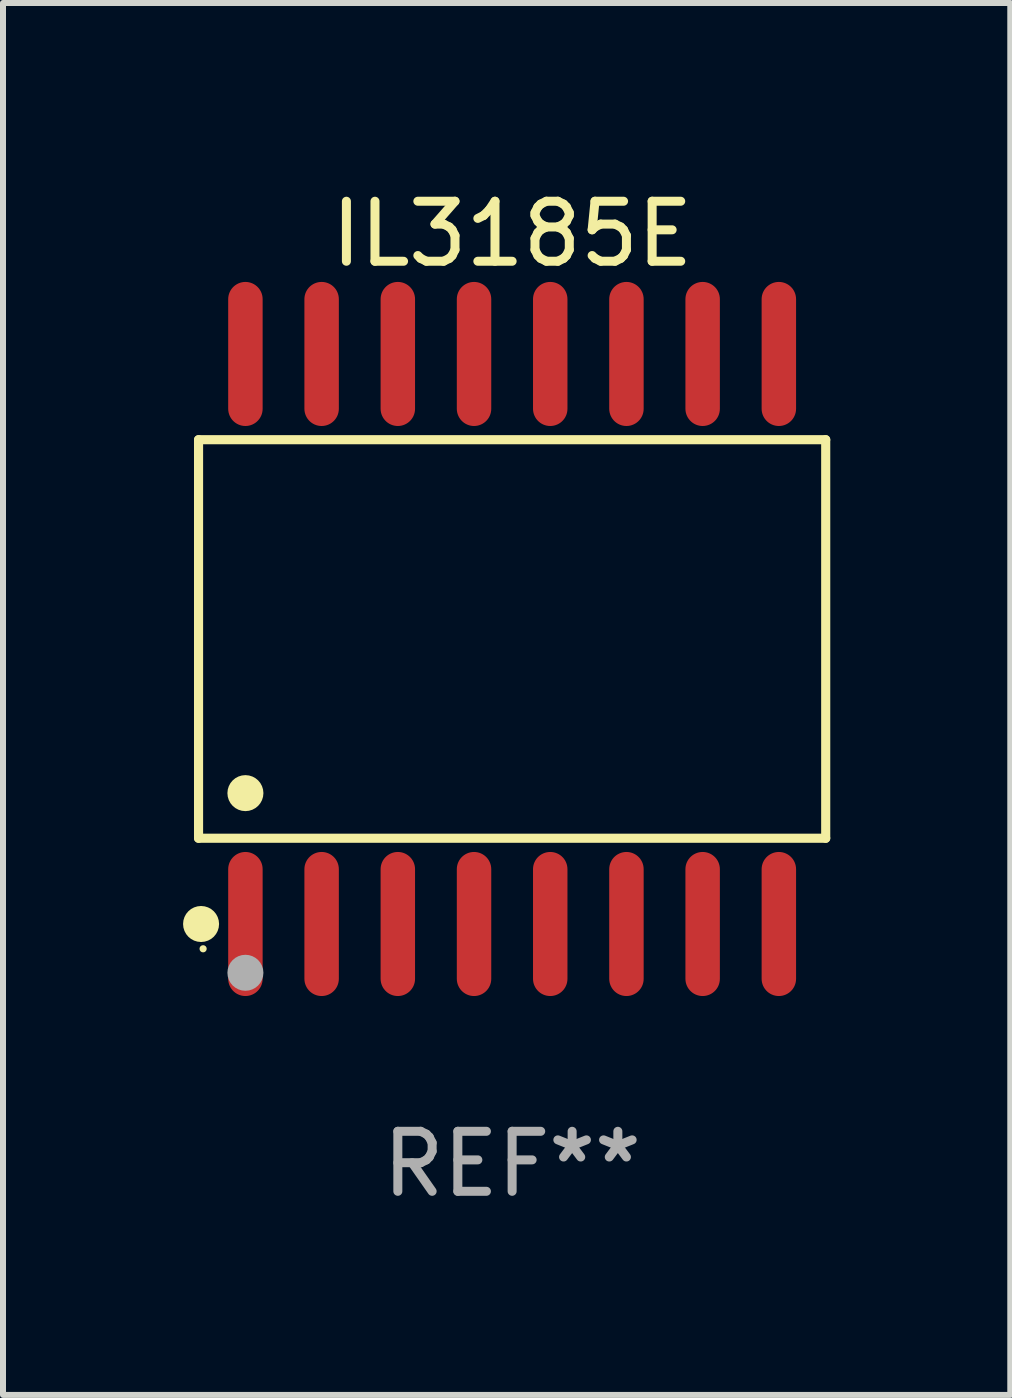
<source format=kicad_pcb>
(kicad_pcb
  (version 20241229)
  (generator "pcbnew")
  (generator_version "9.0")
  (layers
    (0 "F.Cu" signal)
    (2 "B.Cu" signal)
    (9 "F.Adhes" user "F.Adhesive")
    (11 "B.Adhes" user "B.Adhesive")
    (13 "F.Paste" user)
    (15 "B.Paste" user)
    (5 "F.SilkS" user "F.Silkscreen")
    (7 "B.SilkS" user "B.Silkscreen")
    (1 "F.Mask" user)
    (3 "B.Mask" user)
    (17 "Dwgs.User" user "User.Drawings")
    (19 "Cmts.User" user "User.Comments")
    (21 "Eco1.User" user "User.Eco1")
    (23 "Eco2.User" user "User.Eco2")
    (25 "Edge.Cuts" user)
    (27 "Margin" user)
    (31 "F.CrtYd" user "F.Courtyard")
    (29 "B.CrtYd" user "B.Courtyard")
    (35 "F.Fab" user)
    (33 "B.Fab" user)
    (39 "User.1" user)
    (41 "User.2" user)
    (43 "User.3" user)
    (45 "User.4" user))
  (footprint "IL3185E"
    (layer "F.Cu")
    (at 5.485 7.599)
    (property "Reference" "IL3185E" (at 0 -6.75 0) (layer "F.SilkS") (effects (font (size 1 1) (thickness 0.15))))
    (attr through_hole)
    (fp_line (start -5.226 -3.321) (end 5.226 -3.321) (stroke (width 0.152) (type solid)) (layer "F.SilkS"))
    (fp_line (start -5.226 3.321) (end -5.226 -3.321) (stroke (width 0.152) (type solid)) (layer "F.SilkS"))
    (fp_line (start 5.226 -3.321) (end 5.226 3.321) (stroke (width 0.152) (type solid)) (layer "F.SilkS"))
    (fp_line (start 5.226 3.321) (end -5.226 3.321) (stroke (width 0.152) (type solid)) (layer "F.SilkS"))
    (fp_circle (center -5.184 4.75) (end -5.034 4.75) (stroke (width 0.3) (type solid)) (fill no) (layer "F.SilkS"))
    (fp_circle (center -5.15 5.163) (end -5.12 5.163) (stroke (width 0.06) (type solid)) (fill no) (layer "F.SilkS"))
    (fp_circle (center -4.445 2.569) (end -4.295 2.569) (stroke (width 0.3) (type solid)) (fill no) (layer "F.SilkS"))
    (fp_circle (center -4.445 5.563) (end -4.295 5.563) (stroke (width 0.3) (type solid)) (fill no) (layer "F.Fab"))
    (fp_text user "REF**" (at 0 8.75 0) (layer "F.Fab") (effects (font (size 1 1) (thickness 0.15))))
    (pad "1" smd oval (at -4.445 4.75) (size 0.574 2.401) (layers "F.Cu" "F.Mask" "F.Paste"))
    (pad "2" smd oval (at -3.175 4.75) (size 0.574 2.401) (layers "F.Cu" "F.Mask" "F.Paste"))
    (pad "3" smd oval (at -1.905 4.75) (size 0.574 2.401) (layers "F.Cu" "F.Mask" "F.Paste"))
    (pad "4" smd oval (at -0.635 4.75) (size 0.574 2.401) (layers "F.Cu" "F.Mask" "F.Paste"))
    (pad "5" smd oval (at 0.635 4.75) (size 0.574 2.401) (layers "F.Cu" "F.Mask" "F.Paste"))
    (pad "6" smd oval (at 1.905 4.75) (size 0.574 2.401) (layers "F.Cu" "F.Mask" "F.Paste"))
    (pad "7" smd oval (at 3.175 4.75) (size 0.574 2.401) (layers "F.Cu" "F.Mask" "F.Paste"))
    (pad "8" smd oval (at 4.445 4.75) (size 0.574 2.401) (layers "F.Cu" "F.Mask" "F.Paste"))
    (pad "9" smd oval (at 4.445 -4.75) (size 0.574 2.401) (layers "F.Cu" "F.Mask" "F.Paste"))
    (pad "10" smd oval (at 3.175 -4.75) (size 0.574 2.401) (layers "F.Cu" "F.Mask" "F.Paste"))
    (pad "11" smd oval (at 1.905 -4.75) (size 0.574 2.401) (layers "F.Cu" "F.Mask" "F.Paste"))
    (pad "12" smd oval (at 0.635 -4.75) (size 0.574 2.401) (layers "F.Cu" "F.Mask" "F.Paste"))
    (pad "13" smd oval (at -0.635 -4.75) (size 0.574 2.401) (layers "F.Cu" "F.Mask" "F.Paste"))
    (pad "14" smd oval (at -1.905 -4.75) (size 0.574 2.401) (layers "F.Cu" "F.Mask" "F.Paste"))
    (pad "15" smd oval (at -3.175 -4.75) (size 0.574 2.401) (layers "F.Cu" "F.Mask" "F.Paste"))
    (pad "16" smd oval (at -4.445 -4.75) (size 0.574 2.401) (layers "F.Cu" "F.Mask" "F.Paste")))
  (gr_rect
    (start -3 -3)
    (end 13.787 20.197)
    (stroke (width 0.1) (type default))
    (fill no)
    (layer "Edge.Cuts")))
</source>
